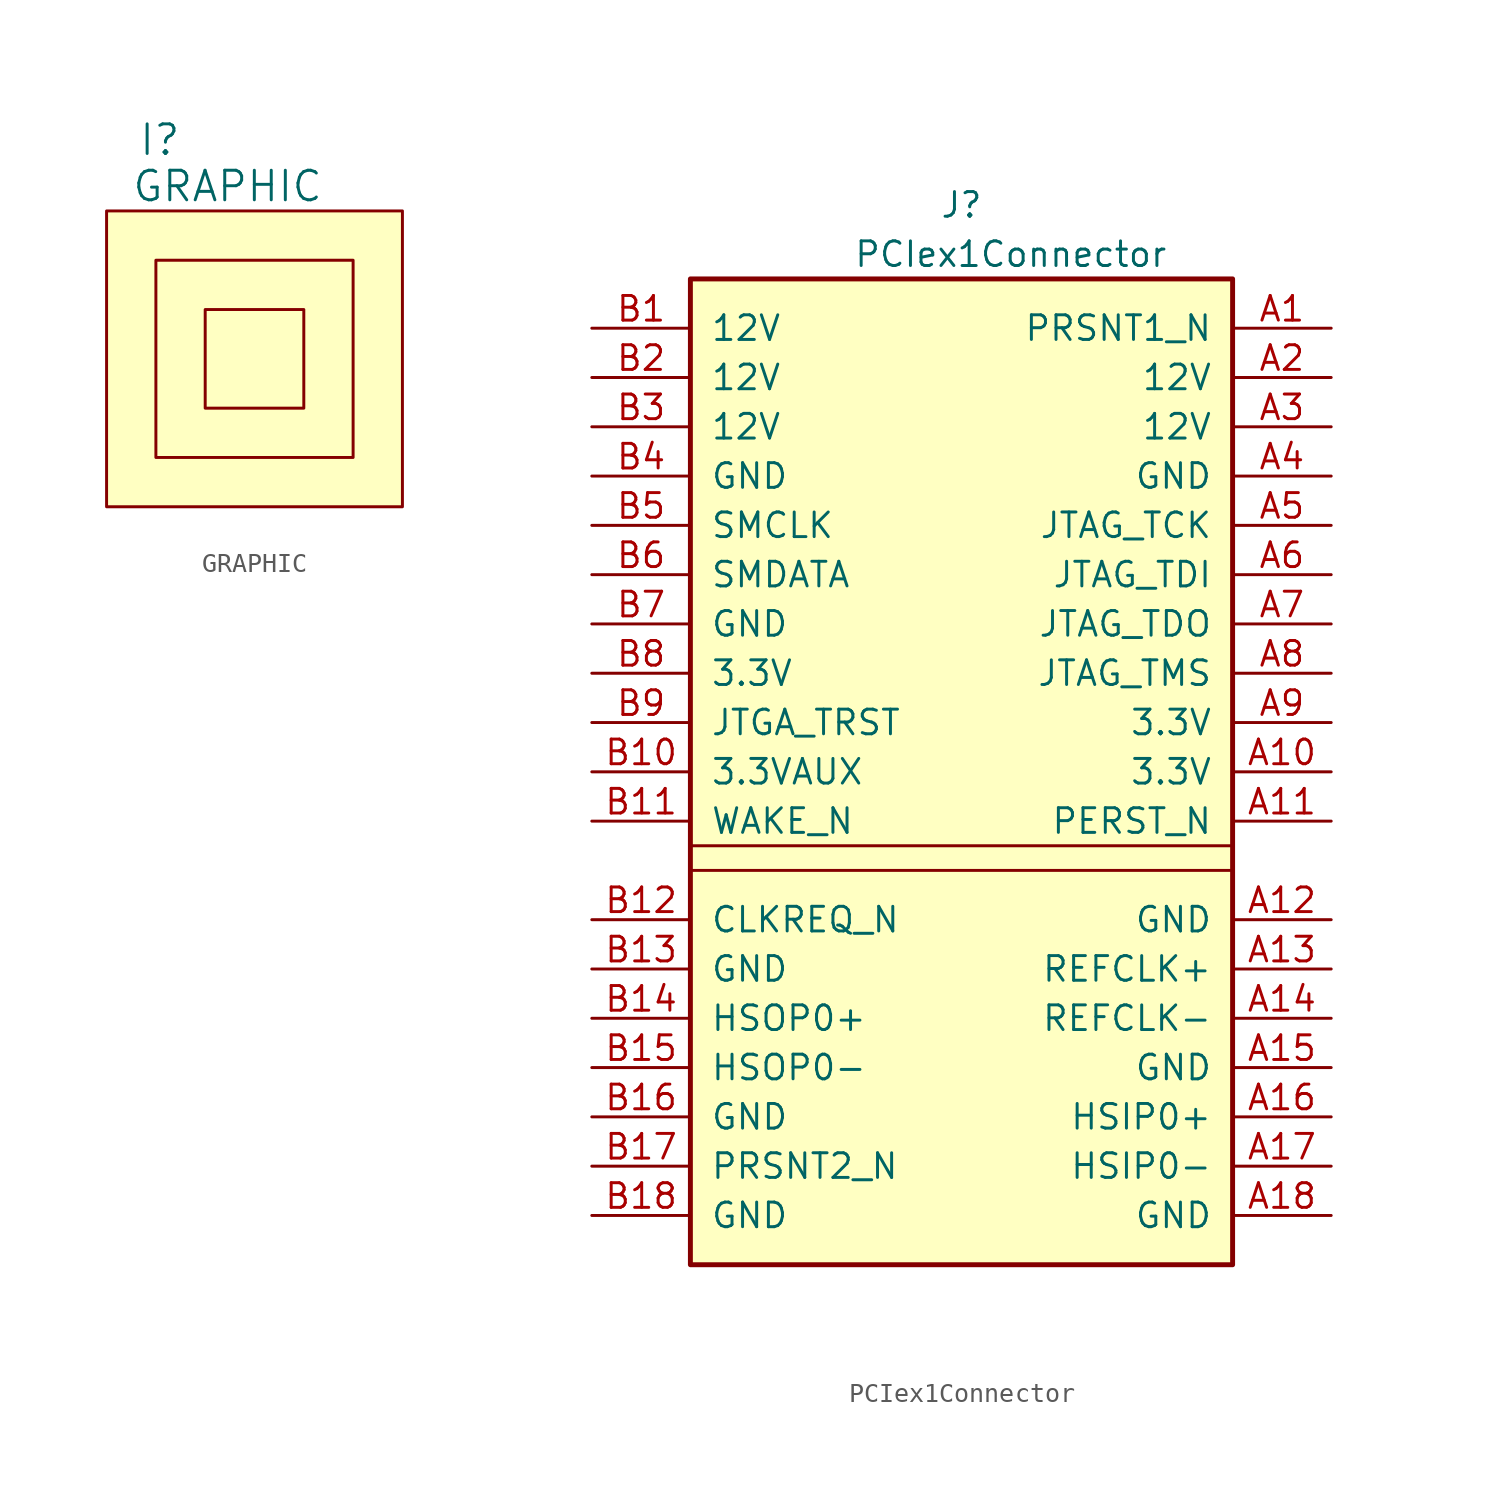
<source format=kicad_sym>
(kicad_symbol_lib
  (version 20220102)
  (generator kicad_symbol_editor)
  (symbol "GRAPHIC"
    (pin_names
      (offset 1.016))
    (property "Reference" "I"
      (at -5.994 11.278 0)
      (effects (font (size 1.524 1.524)) (justify left)))
    (property "Value" "GRAPHIC"
      (at -6.35 8.89 0)
      (effects (font (size 1.524 1.524)) (justify left)))
    (symbol "GRAPHIC_0_1"
      (rectangle (start -5.08 5.08) (end 5.08 -5.08) (stroke (width 0) (type default)) (fill (type none)))
      (rectangle (start -2.54 2.54) (end 2.54 -2.54) (stroke (width 0) (type default)) (fill (type none)))
      (rectangle (start 7.62 -7.62) (end -7.62 7.62) (stroke (width 0) (type default)) (fill (type background)))))
  (symbol "PCIex1Connector"
    (pin_names
      (offset 1.016))
    (property "Reference" "J"
      (at 0 25.4 0)
      (effects (font (size 1.27 1.27))))
    (property "Value" "PCIex1Connector"
      (at 2.54 22.86 0)
      (effects (font (size 1.27 1.27))))
    (symbol "PCIex1Connector_0_1"
      (rectangle (start -13.97 -7.62) (end 13.97 -8.89) (stroke (width 0) (type default)) (fill (type none))))
    (symbol "PCIex1Connector_1_1"
      (rectangle (start -13.97 21.59) (end 13.97 -29.21) (stroke (width 0.254) (type default)) (fill (type background)))
      (pin passive line (at 19.05 19.05 180) (length 5.08) (name "PRSNT1_N" (effects (font (size 1.27 1.27)))) (number "A1" (effects (font (size 1.27 1.27)))))
      (pin passive line (at 19.05 -3.81 180) (length 5.08) (name "3.3V" (effects (font (size 1.27 1.27)))) (number "A10" (effects (font (size 1.27 1.27)))))
      (pin passive line (at 19.05 -6.35 180) (length 5.08) (name "PERST_N" (effects (font (size 1.27 1.27)))) (number "A11" (effects (font (size 1.27 1.27)))))
      (pin passive line (at 19.05 -11.43 180) (length 5.08) (name "GND" (effects (font (size 1.27 1.27)))) (number "A12" (effects (font (size 1.27 1.27)))))
      (pin passive line (at 19.05 -13.97 180) (length 5.08) (name "REFCLK+" (effects (font (size 1.27 1.27)))) (number "A13" (effects (font (size 1.27 1.27)))))
      (pin passive line (at 19.05 -16.51 180) (length 5.08) (name "REFCLK-" (effects (font (size 1.27 1.27)))) (number "A14" (effects (font (size 1.27 1.27)))))
      (pin passive line (at 19.05 -19.05 180) (length 5.08) (name "GND" (effects (font (size 1.27 1.27)))) (number "A15" (effects (font (size 1.27 1.27)))))
      (pin passive line (at 19.05 -21.59 180) (length 5.08) (name "HSIP0+" (effects (font (size 1.27 1.27)))) (number "A16" (effects (font (size 1.27 1.27)))))
      (pin passive line (at 19.05 -24.13 180) (length 5.08) (name "HSIP0-" (effects (font (size 1.27 1.27)))) (number "A17" (effects (font (size 1.27 1.27)))))
      (pin passive line (at 19.05 -26.67 180) (length 5.08) (name "GND" (effects (font (size 1.27 1.27)))) (number "A18" (effects (font (size 1.27 1.27)))))
      (pin passive line (at 19.05 16.51 180) (length 5.08) (name "12V" (effects (font (size 1.27 1.27)))) (number "A2" (effects (font (size 1.27 1.27)))))
      (pin passive line (at 19.05 13.97 180) (length 5.08) (name "12V" (effects (font (size 1.27 1.27)))) (number "A3" (effects (font (size 1.27 1.27)))))
      (pin passive line (at 19.05 11.43 180) (length 5.08) (name "GND" (effects (font (size 1.27 1.27)))) (number "A4" (effects (font (size 1.27 1.27)))))
      (pin passive line (at 19.05 8.89 180) (length 5.08) (name "JTAG_TCK" (effects (font (size 1.27 1.27)))) (number "A5" (effects (font (size 1.27 1.27)))))
      (pin passive line (at 19.05 6.35 180) (length 5.08) (name "JTAG_TDI" (effects (font (size 1.27 1.27)))) (number "A6" (effects (font (size 1.27 1.27)))))
      (pin passive line (at 19.05 3.81 180) (length 5.08) (name "JTAG_TDO" (effects (font (size 1.27 1.27)))) (number "A7" (effects (font (size 1.27 1.27)))))
      (pin passive line (at 19.05 1.27 180) (length 5.08) (name "JTAG_TMS" (effects (font (size 1.27 1.27)))) (number "A8" (effects (font (size 1.27 1.27)))))
      (pin passive line (at 19.05 -1.27 180) (length 5.08) (name "3.3V" (effects (font (size 1.27 1.27)))) (number "A9" (effects (font (size 1.27 1.27)))))
      (pin passive line (at -19.05 19.05 0) (length 5.08) (name "12V" (effects (font (size 1.27 1.27)))) (number "B1" (effects (font (size 1.27 1.27)))))
      (pin passive line (at -19.05 -3.81 0) (length 5.08) (name "3.3VAUX" (effects (font (size 1.27 1.27)))) (number "B10" (effects (font (size 1.27 1.27)))))
      (pin passive line (at -19.05 -6.35 0) (length 5.08) (name "WAKE_N" (effects (font (size 1.27 1.27)))) (number "B11" (effects (font (size 1.27 1.27)))))
      (pin passive line (at -19.05 -11.43 0) (length 5.08) (name "CLKREQ_N" (effects (font (size 1.27 1.27)))) (number "B12" (effects (font (size 1.27 1.27)))))
      (pin passive line (at -19.05 -13.97 0) (length 5.08) (name "GND" (effects (font (size 1.27 1.27)))) (number "B13" (effects (font (size 1.27 1.27)))))
      (pin passive line (at -19.05 -16.51 0) (length 5.08) (name "HSOP0+" (effects (font (size 1.27 1.27)))) (number "B14" (effects (font (size 1.27 1.27)))))
      (pin passive line (at -19.05 -19.05 0) (length 5.08) (name "HSOP0-" (effects (font (size 1.27 1.27)))) (number "B15" (effects (font (size 1.27 1.27)))))
      (pin passive line (at -19.05 -21.59 0) (length 5.08) (name "GND" (effects (font (size 1.27 1.27)))) (number "B16" (effects (font (size 1.27 1.27)))))
      (pin passive line (at -19.05 -24.13 0) (length 5.08) (name "PRSNT2_N" (effects (font (size 1.27 1.27)))) (number "B17" (effects (font (size 1.27 1.27)))))
      (pin passive line (at -19.05 -26.67 0) (length 5.08) (name "GND" (effects (font (size 1.27 1.27)))) (number "B18" (effects (font (size 1.27 1.27)))))
      (pin passive line (at -19.05 16.51 0) (length 5.08) (name "12V" (effects (font (size 1.27 1.27)))) (number "B2" (effects (font (size 1.27 1.27)))))
      (pin passive line (at -19.05 13.97 0) (length 5.08) (name "12V" (effects (font (size 1.27 1.27)))) (number "B3" (effects (font (size 1.27 1.27)))))
      (pin passive line (at -19.05 11.43 0) (length 5.08) (name "GND" (effects (font (size 1.27 1.27)))) (number "B4" (effects (font (size 1.27 1.27)))))
      (pin passive line (at -19.05 8.89 0) (length 5.08) (name "SMCLK" (effects (font (size 1.27 1.27)))) (number "B5" (effects (font (size 1.27 1.27)))))
      (pin passive line (at -19.05 6.35 0) (length 5.08) (name "SMDATA" (effects (font (size 1.27 1.27)))) (number "B6" (effects (font (size 1.27 1.27)))))
      (pin passive line (at -19.05 3.81 0) (length 5.08) (name "GND" (effects (font (size 1.27 1.27)))) (number "B7" (effects (font (size 1.27 1.27)))))
      (pin passive line (at -19.05 1.27 0) (length 5.08) (name "3.3V" (effects (font (size 1.27 1.27)))) (number "B8" (effects (font (size 1.27 1.27)))))
      (pin passive line (at -19.05 -1.27 0) (length 5.08) (name "JTGA_TRST" (effects (font (size 1.27 1.27)))) (number "B9" (effects (font (size 1.27 1.27))))))))
</source>
